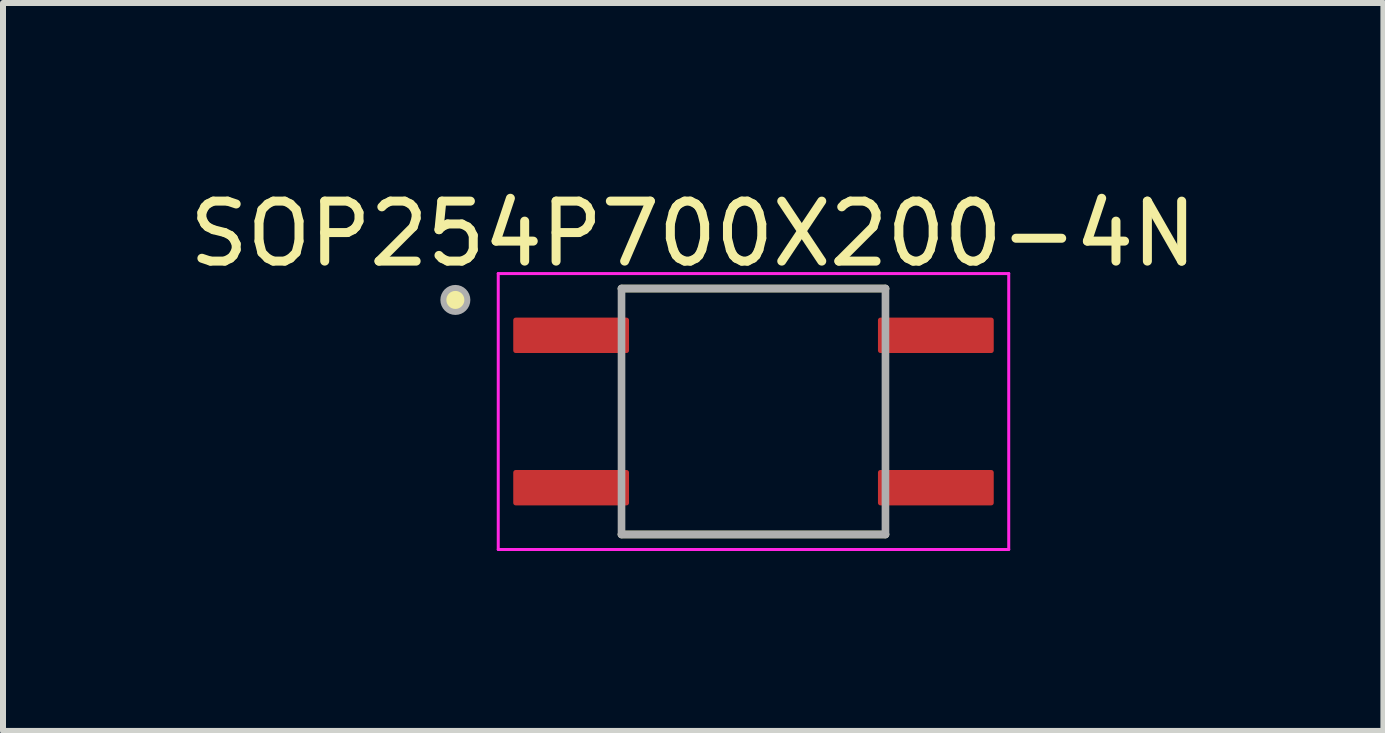
<source format=kicad_pcb>
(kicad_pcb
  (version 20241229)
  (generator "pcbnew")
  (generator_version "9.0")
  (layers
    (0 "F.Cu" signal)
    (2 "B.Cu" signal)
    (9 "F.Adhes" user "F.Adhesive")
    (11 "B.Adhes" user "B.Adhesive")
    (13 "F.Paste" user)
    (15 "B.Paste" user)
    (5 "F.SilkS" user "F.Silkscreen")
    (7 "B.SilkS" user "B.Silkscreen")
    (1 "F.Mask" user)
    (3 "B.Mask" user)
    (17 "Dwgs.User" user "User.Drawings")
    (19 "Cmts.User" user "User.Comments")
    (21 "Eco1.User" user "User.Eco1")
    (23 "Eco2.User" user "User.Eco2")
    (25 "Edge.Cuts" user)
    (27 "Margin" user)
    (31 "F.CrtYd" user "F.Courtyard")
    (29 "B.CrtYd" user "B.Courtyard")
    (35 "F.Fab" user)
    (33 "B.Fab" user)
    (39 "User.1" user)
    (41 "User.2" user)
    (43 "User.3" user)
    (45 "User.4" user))
  (footprint "SOP254P700X200-4N"
    (layer "F.Cu")
    (at 9.511 3.81)
    (property "Reference" "SOP254P700X200-4N" (at -1.005 -2.962 0) (layer "F.SilkS") (effects (font (size 1 1) (thickness 0.15))))
    (attr smd)
    (fp_line (start -2.2 -2.05) (end 2.2 -2.05) (stroke (width 0.127) (type solid)) (layer "F.SilkS"))
    (fp_line (start -2.2 2.05) (end 2.2 2.05) (stroke (width 0.127) (type solid)) (layer "F.SilkS"))
    (fp_circle (center -4.97 -1.86) (end -4.77 -1.86) (stroke (width 0) (type solid)) (fill yes) (layer "F.SilkS"))
    (fp_line (start -4.255 -2.3) (end -4.255 2.3) (stroke (width 0.05) (type solid)) (layer "F.CrtYd"))
    (fp_line (start -4.255 -2.3) (end 4.255 -2.3) (stroke (width 0.05) (type solid)) (layer "F.CrtYd"))
    (fp_line (start -4.255 2.3) (end 4.255 2.3) (stroke (width 0.05) (type solid)) (layer "F.CrtYd"))
    (fp_line (start 4.255 -2.3) (end 4.255 2.3) (stroke (width 0.05) (type solid)) (layer "F.CrtYd"))
    (fp_line (start -2.2 -2.05) (end -2.2 2.05) (stroke (width 0.127) (type solid)) (layer "F.Fab"))
    (fp_line (start -2.2 -2.05) (end 2.2 -2.05) (stroke (width 0.127) (type solid)) (layer "F.Fab"))
    (fp_line (start -2.2 2.05) (end 2.2 2.05) (stroke (width 0.127) (type solid)) (layer "F.Fab"))
    (fp_line (start 2.2 -2.05) (end 2.2 2.05) (stroke (width 0.127) (type solid)) (layer "F.Fab"))
    (fp_circle (center -4.97 -1.86) (end -4.77 -1.86) (stroke (width 0.1) (type solid)) (fill no) (layer "F.Fab"))
    (pad "1" smd roundrect (at -3.04 -1.27) (size 1.93 0.59) (layers "F.Cu" "F.Mask" "F.Paste") (roundrect_rratio 0.07))
    (pad "2" smd roundrect (at -3.04 1.27) (size 1.93 0.59) (layers "F.Cu" "F.Mask" "F.Paste") (roundrect_rratio 0.07))
    (pad "3" smd roundrect (at 3.04 1.27) (size 1.93 0.59) (layers "F.Cu" "F.Mask" "F.Paste") (roundrect_rratio 0.07))
    (pad "4" smd roundrect (at 3.04 -1.27) (size 1.93 0.59) (layers "F.Cu" "F.Mask" "F.Paste") (roundrect_rratio 0.07)))
  (gr_rect
    (start -3 -3)
    (end 20.012 9.135)
    (stroke (width 0.1) (type default))
    (fill no)
    (layer "Edge.Cuts")))
</source>
